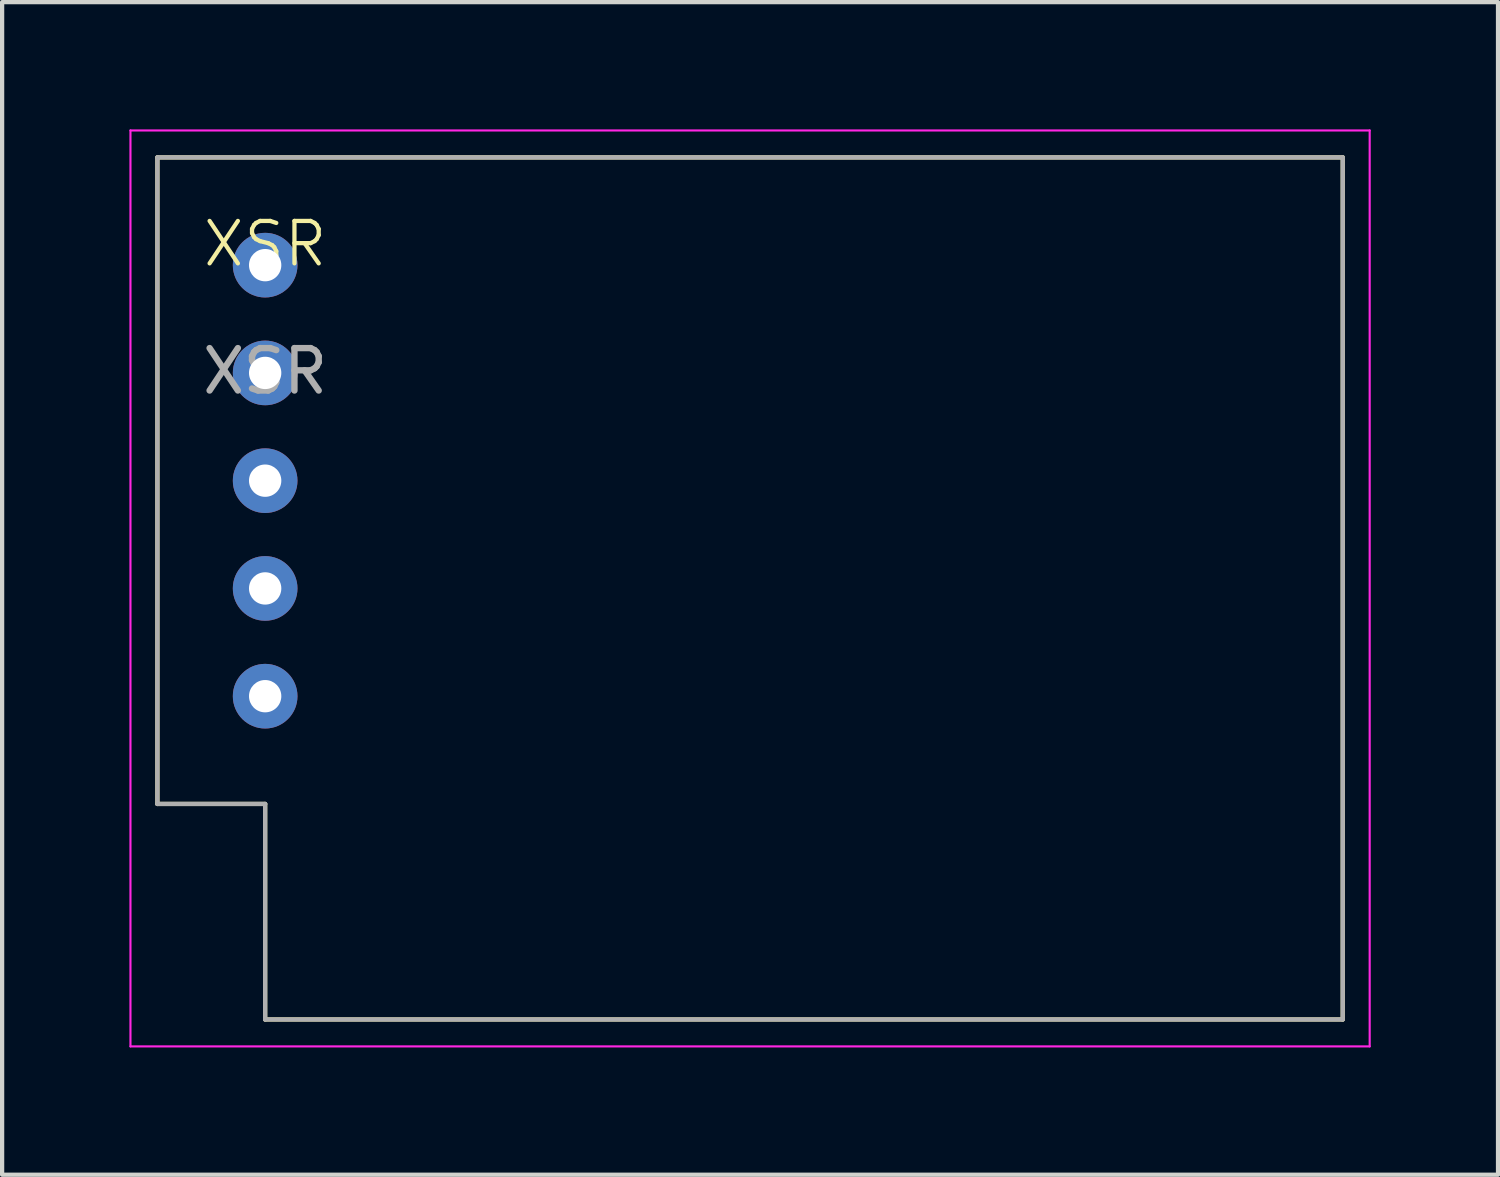
<source format=kicad_pcb>
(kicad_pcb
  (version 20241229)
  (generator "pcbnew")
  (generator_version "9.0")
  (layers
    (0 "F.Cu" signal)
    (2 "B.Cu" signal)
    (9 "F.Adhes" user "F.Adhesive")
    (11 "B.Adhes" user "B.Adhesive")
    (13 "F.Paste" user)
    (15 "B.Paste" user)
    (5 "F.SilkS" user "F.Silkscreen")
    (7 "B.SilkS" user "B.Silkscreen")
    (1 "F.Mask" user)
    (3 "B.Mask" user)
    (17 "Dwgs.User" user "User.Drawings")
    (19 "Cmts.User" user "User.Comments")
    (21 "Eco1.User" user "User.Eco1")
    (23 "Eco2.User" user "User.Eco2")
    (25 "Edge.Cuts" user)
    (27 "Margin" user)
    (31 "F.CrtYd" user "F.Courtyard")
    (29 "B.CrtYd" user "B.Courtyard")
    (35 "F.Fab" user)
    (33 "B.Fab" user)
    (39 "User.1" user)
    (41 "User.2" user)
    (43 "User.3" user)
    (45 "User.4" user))
  (footprint "XSR"
    (layer "F.Cu")
    (at 3.2 3.2)
    (property "Reference" "XSR" (at 0 -0.5 0) (unlocked yes) (layer "F.SilkS") (effects (font (size 1 1) (thickness 0.1))))
    (attr through_hole)
    (fp_line (start -2.54 -2.54) (end 25.4 -2.54) (stroke (width 0.1) (type default)) (layer "F.SilkS"))
    (fp_line (start -2.54 12.7) (end -2.54 -2.54) (stroke (width 0.1) (type default)) (layer "F.SilkS"))
    (fp_line (start 0 12.7) (end -2.54 12.7) (stroke (width 0.1) (type default)) (layer "F.SilkS"))
    (fp_line (start 0 17.78) (end 0 12.7) (stroke (width 0.1) (type default)) (layer "F.SilkS"))
    (fp_line (start 25.4 -2.54) (end 25.4 17.78) (stroke (width 0.1) (type default)) (layer "F.SilkS"))
    (fp_line (start 25.4 17.78) (end 0 17.78) (stroke (width 0.1) (type default)) (layer "F.SilkS"))
    (fp_line (start -3.175 -3.175) (end 26.035 -3.175) (stroke (width 0.05) (type default)) (layer "F.CrtYd"))
    (fp_line (start -3.175 18.415) (end -3.175 -3.175) (stroke (width 0.05) (type default)) (layer "F.CrtYd"))
    (fp_line (start 26.035 -3.175) (end 26.035 18.415) (stroke (width 0.05) (type default)) (layer "F.CrtYd"))
    (fp_line (start 26.035 18.415) (end -3.175 18.415) (stroke (width 0.05) (type default)) (layer "F.CrtYd"))
    (fp_line (start -2.54 -2.54) (end 25.4 -2.54) (stroke (width 0.1) (type default)) (layer "F.Fab"))
    (fp_line (start -2.54 12.7) (end -2.54 -2.54) (stroke (width 0.1) (type default)) (layer "F.Fab"))
    (fp_line (start 0 12.7) (end -2.54 12.7) (stroke (width 0.1) (type default)) (layer "F.Fab"))
    (fp_line (start 0 17.78) (end 0 12.7) (stroke (width 0.1) (type default)) (layer "F.Fab"))
    (fp_line (start 25.4 -2.54) (end 25.4 17.78) (stroke (width 0.1) (type default)) (layer "F.Fab"))
    (fp_line (start 25.4 17.78) (end 0 17.78) (stroke (width 0.1) (type default)) (layer "F.Fab"))
    (fp_text user "${REFERENCE}" (at 0 2.5 0) (unlocked yes) (layer "F.Fab") (effects (font (size 1 1) (thickness 0.15))))
    (pad "1" thru_hole circle (at 0 0) (size 1.524 1.524) (drill 0.762) (layers "*.Cu" "*.Mask"))
    (pad "2" thru_hole circle (at 0 2.54) (size 1.524 1.524) (drill 0.762) (layers "*.Cu" "*.Mask"))
    (pad "3" thru_hole circle (at 0 5.08) (size 1.524 1.524) (drill 0.762) (layers "*.Cu" "*.Mask"))
    (pad "4" thru_hole circle (at 0 7.62) (size 1.524 1.524) (drill 0.762) (layers "*.Cu" "*.Mask"))
    (pad "5" thru_hole circle (at 0 10.16) (size 1.524 1.524) (drill 0.762) (layers "*.Cu" "*.Mask")))
  (gr_rect
    (start -3 -3)
    (end 32.26 24.64)
    (stroke (width 0.1) (type default))
    (fill no)
    (layer "Edge.Cuts")))
</source>
